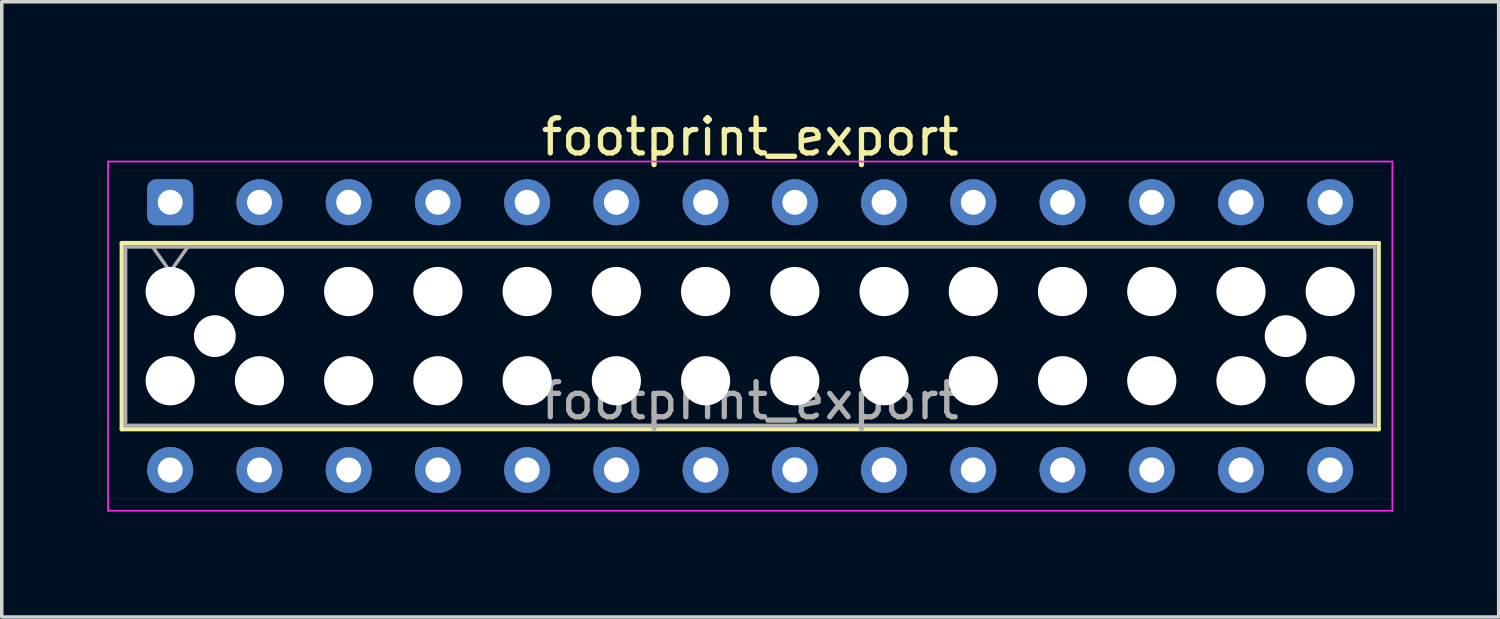
<source format=kicad_pcb>
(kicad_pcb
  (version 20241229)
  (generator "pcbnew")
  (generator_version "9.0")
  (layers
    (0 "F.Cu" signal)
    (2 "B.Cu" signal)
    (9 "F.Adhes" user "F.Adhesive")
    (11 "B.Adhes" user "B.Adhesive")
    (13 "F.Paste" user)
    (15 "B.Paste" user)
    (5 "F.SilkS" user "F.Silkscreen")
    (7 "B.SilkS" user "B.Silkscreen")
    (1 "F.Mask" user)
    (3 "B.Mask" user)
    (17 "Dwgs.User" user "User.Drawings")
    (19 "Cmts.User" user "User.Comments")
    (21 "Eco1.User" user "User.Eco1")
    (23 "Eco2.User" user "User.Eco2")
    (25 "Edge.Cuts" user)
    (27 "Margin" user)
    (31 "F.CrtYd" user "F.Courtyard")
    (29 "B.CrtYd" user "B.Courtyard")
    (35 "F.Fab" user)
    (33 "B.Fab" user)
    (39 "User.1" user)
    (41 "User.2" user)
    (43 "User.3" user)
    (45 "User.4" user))
  (footprint "footprint_export"
    (layer "F.Cu")
    (at 1.795 2.708)
    (property "Reference" "footprint_export" (at 16.51 -1.86 0) (layer "F.SilkS") (effects (font (size 1 1) (thickness 0.15))))
    (attr through_hole)
    (fp_line (start -1.38 1.16) (end 34.4 1.16) (stroke (width 0.12) (type solid)) (layer "F.SilkS"))
    (fp_line (start -1.38 6.46) (end -1.38 1.16) (stroke (width 0.12) (type solid)) (layer "F.SilkS"))
    (fp_line (start 34.4 1.16) (end 34.4 6.46) (stroke (width 0.12) (type solid)) (layer "F.SilkS"))
    (fp_line (start 34.4 6.46) (end -1.38 6.46) (stroke (width 0.12) (type solid)) (layer "F.SilkS"))
    (fp_line (start -1.77 -1.16) (end 34.79 -1.16) (stroke (width 0.05) (type solid)) (layer "F.CrtYd"))
    (fp_line (start -1.77 8.78) (end -1.77 -1.16) (stroke (width 0.05) (type solid)) (layer "F.CrtYd"))
    (fp_line (start 34.79 -1.16) (end 34.79 8.78) (stroke (width 0.05) (type solid)) (layer "F.CrtYd"))
    (fp_line (start 34.79 8.78) (end -1.77 8.78) (stroke (width 0.05) (type solid)) (layer "F.CrtYd"))
    (fp_line (start -1.27 1.27) (end 34.29 1.27) (stroke (width 0.1) (type solid)) (layer "F.Fab"))
    (fp_line (start -1.27 6.35) (end -1.27 1.27) (stroke (width 0.1) (type solid)) (layer "F.Fab"))
    (fp_line (start -0.5 1.27) (end 0 1.977) (stroke (width 0.1) (type solid)) (layer "F.Fab"))
    (fp_line (start 0 1.977) (end 0.5 1.27) (stroke (width 0.1) (type solid)) (layer "F.Fab"))
    (fp_line (start 34.29 1.27) (end 34.29 6.35) (stroke (width 0.1) (type solid)) (layer "F.Fab"))
    (fp_line (start 34.29 6.35) (end -1.27 6.35) (stroke (width 0.1) (type solid)) (layer "F.Fab"))
    (fp_text user "${REFERENCE}" (at 16.51 5.65 0) (layer "F.Fab") (effects (font (size 1 1) (thickness 0.15))))
    (pad "" np_thru_hole circle (at 0 2.54) (size 1.4 1.4) (drill 1.4) (layers "*.Cu" "*.Mask"))
    (pad "" np_thru_hole circle (at 0 5.08) (size 1.4 1.4) (drill 1.4) (layers "*.Cu" "*.Mask"))
    (pad "" np_thru_hole circle (at 1.27 3.81) (size 1.19 1.19) (drill 1.19) (layers "*.Cu" "*.Mask"))
    (pad "" np_thru_hole circle (at 2.54 2.54) (size 1.4 1.4) (drill 1.4) (layers "*.Cu" "*.Mask"))
    (pad "" np_thru_hole circle (at 2.54 5.08) (size 1.4 1.4) (drill 1.4) (layers "*.Cu" "*.Mask"))
    (pad "" np_thru_hole circle (at 5.08 2.54) (size 1.4 1.4) (drill 1.4) (layers "*.Cu" "*.Mask"))
    (pad "" np_thru_hole circle (at 5.08 5.08) (size 1.4 1.4) (drill 1.4) (layers "*.Cu" "*.Mask"))
    (pad "" np_thru_hole circle (at 7.62 2.54) (size 1.4 1.4) (drill 1.4) (layers "*.Cu" "*.Mask"))
    (pad "" np_thru_hole circle (at 7.62 5.08) (size 1.4 1.4) (drill 1.4) (layers "*.Cu" "*.Mask"))
    (pad "" np_thru_hole circle (at 10.16 2.54) (size 1.4 1.4) (drill 1.4) (layers "*.Cu" "*.Mask"))
    (pad "" np_thru_hole circle (at 10.16 5.08) (size 1.4 1.4) (drill 1.4) (layers "*.Cu" "*.Mask"))
    (pad "" np_thru_hole circle (at 12.7 2.54) (size 1.4 1.4) (drill 1.4) (layers "*.Cu" "*.Mask"))
    (pad "" np_thru_hole circle (at 12.7 5.08) (size 1.4 1.4) (drill 1.4) (layers "*.Cu" "*.Mask"))
    (pad "" np_thru_hole circle (at 15.24 2.54) (size 1.4 1.4) (drill 1.4) (layers "*.Cu" "*.Mask"))
    (pad "" np_thru_hole circle (at 15.24 5.08) (size 1.4 1.4) (drill 1.4) (layers "*.Cu" "*.Mask"))
    (pad "" np_thru_hole circle (at 17.78 2.54) (size 1.4 1.4) (drill 1.4) (layers "*.Cu" "*.Mask"))
    (pad "" np_thru_hole circle (at 17.78 5.08) (size 1.4 1.4) (drill 1.4) (layers "*.Cu" "*.Mask"))
    (pad "" np_thru_hole circle (at 20.32 2.54) (size 1.4 1.4) (drill 1.4) (layers "*.Cu" "*.Mask"))
    (pad "" np_thru_hole circle (at 20.32 5.08) (size 1.4 1.4) (drill 1.4) (layers "*.Cu" "*.Mask"))
    (pad "" np_thru_hole circle (at 22.86 2.54) (size 1.4 1.4) (drill 1.4) (layers "*.Cu" "*.Mask"))
    (pad "" np_thru_hole circle (at 22.86 5.08) (size 1.4 1.4) (drill 1.4) (layers "*.Cu" "*.Mask"))
    (pad "" np_thru_hole circle (at 25.4 2.54) (size 1.4 1.4) (drill 1.4) (layers "*.Cu" "*.Mask"))
    (pad "" np_thru_hole circle (at 25.4 5.08) (size 1.4 1.4) (drill 1.4) (layers "*.Cu" "*.Mask"))
    (pad "" np_thru_hole circle (at 27.94 2.54) (size 1.4 1.4) (drill 1.4) (layers "*.Cu" "*.Mask"))
    (pad "" np_thru_hole circle (at 27.94 5.08) (size 1.4 1.4) (drill 1.4) (layers "*.Cu" "*.Mask"))
    (pad "" np_thru_hole circle (at 30.48 2.54) (size 1.4 1.4) (drill 1.4) (layers "*.Cu" "*.Mask"))
    (pad "" np_thru_hole circle (at 30.48 5.08) (size 1.4 1.4) (drill 1.4) (layers "*.Cu" "*.Mask"))
    (pad "" np_thru_hole circle (at 31.75 3.81) (size 1.19 1.19) (drill 1.19) (layers "*.Cu" "*.Mask"))
    (pad "" np_thru_hole circle (at 33.02 2.54) (size 1.4 1.4) (drill 1.4) (layers "*.Cu" "*.Mask"))
    (pad "" np_thru_hole circle (at 33.02 5.08) (size 1.4 1.4) (drill 1.4) (layers "*.Cu" "*.Mask"))
    (pad "1" thru_hole roundrect (at 0 0) (size 1.31 1.31) (drill 0.71) (layers "*.Cu" "*.Mask") (roundrect_rratio 0.191))
    (pad "2" thru_hole circle (at 0 7.62) (size 1.31 1.31) (drill 0.71) (layers "*.Cu" "*.Mask"))
    (pad "3" thru_hole circle (at 2.54 0) (size 1.31 1.31) (drill 0.71) (layers "*.Cu" "*.Mask"))
    (pad "4" thru_hole circle (at 2.54 7.62) (size 1.31 1.31) (drill 0.71) (layers "*.Cu" "*.Mask"))
    (pad "5" thru_hole circle (at 5.08 0) (size 1.31 1.31) (drill 0.71) (layers "*.Cu" "*.Mask"))
    (pad "6" thru_hole circle (at 5.08 7.62) (size 1.31 1.31) (drill 0.71) (layers "*.Cu" "*.Mask"))
    (pad "7" thru_hole circle (at 7.62 0) (size 1.31 1.31) (drill 0.71) (layers "*.Cu" "*.Mask"))
    (pad "8" thru_hole circle (at 7.62 7.62) (size 1.31 1.31) (drill 0.71) (layers "*.Cu" "*.Mask"))
    (pad "9" thru_hole circle (at 10.16 0) (size 1.31 1.31) (drill 0.71) (layers "*.Cu" "*.Mask"))
    (pad "10" thru_hole circle (at 10.16 7.62) (size 1.31 1.31) (drill 0.71) (layers "*.Cu" "*.Mask"))
    (pad "11" thru_hole circle (at 12.7 0) (size 1.31 1.31) (drill 0.71) (layers "*.Cu" "*.Mask"))
    (pad "12" thru_hole circle (at 12.7 7.62) (size 1.31 1.31) (drill 0.71) (layers "*.Cu" "*.Mask"))
    (pad "13" thru_hole circle (at 15.24 0) (size 1.31 1.31) (drill 0.71) (layers "*.Cu" "*.Mask"))
    (pad "14" thru_hole circle (at 15.24 7.62) (size 1.31 1.31) (drill 0.71) (layers "*.Cu" "*.Mask"))
    (pad "15" thru_hole circle (at 17.78 0) (size 1.31 1.31) (drill 0.71) (layers "*.Cu" "*.Mask"))
    (pad "16" thru_hole circle (at 17.78 7.62) (size 1.31 1.31) (drill 0.71) (layers "*.Cu" "*.Mask"))
    (pad "17" thru_hole circle (at 20.32 0) (size 1.31 1.31) (drill 0.71) (layers "*.Cu" "*.Mask"))
    (pad "18" thru_hole circle (at 20.32 7.62) (size 1.31 1.31) (drill 0.71) (layers "*.Cu" "*.Mask"))
    (pad "19" thru_hole circle (at 22.86 0) (size 1.31 1.31) (drill 0.71) (layers "*.Cu" "*.Mask"))
    (pad "20" thru_hole circle (at 22.86 7.62) (size 1.31 1.31) (drill 0.71) (layers "*.Cu" "*.Mask"))
    (pad "21" thru_hole circle (at 25.4 0) (size 1.31 1.31) (drill 0.71) (layers "*.Cu" "*.Mask"))
    (pad "22" thru_hole circle (at 25.4 7.62) (size 1.31 1.31) (drill 0.71) (layers "*.Cu" "*.Mask"))
    (pad "23" thru_hole circle (at 27.94 0) (size 1.31 1.31) (drill 0.71) (layers "*.Cu" "*.Mask"))
    (pad "24" thru_hole circle (at 27.94 7.62) (size 1.31 1.31) (drill 0.71) (layers "*.Cu" "*.Mask"))
    (pad "25" thru_hole circle (at 30.48 0) (size 1.31 1.31) (drill 0.71) (layers "*.Cu" "*.Mask"))
    (pad "26" thru_hole circle (at 30.48 7.62) (size 1.31 1.31) (drill 0.71) (layers "*.Cu" "*.Mask"))
    (pad "27" thru_hole circle (at 33.02 0) (size 1.31 1.31) (drill 0.71) (layers "*.Cu" "*.Mask"))
    (pad "28" thru_hole circle (at 33.02 7.62) (size 1.31 1.31) (drill 0.71) (layers "*.Cu" "*.Mask")))
  (gr_rect
    (start -3 -3)
    (end 39.61 14.513)
    (stroke (width 0.1) (type default))
    (fill no)
    (layer "Edge.Cuts")))
</source>
